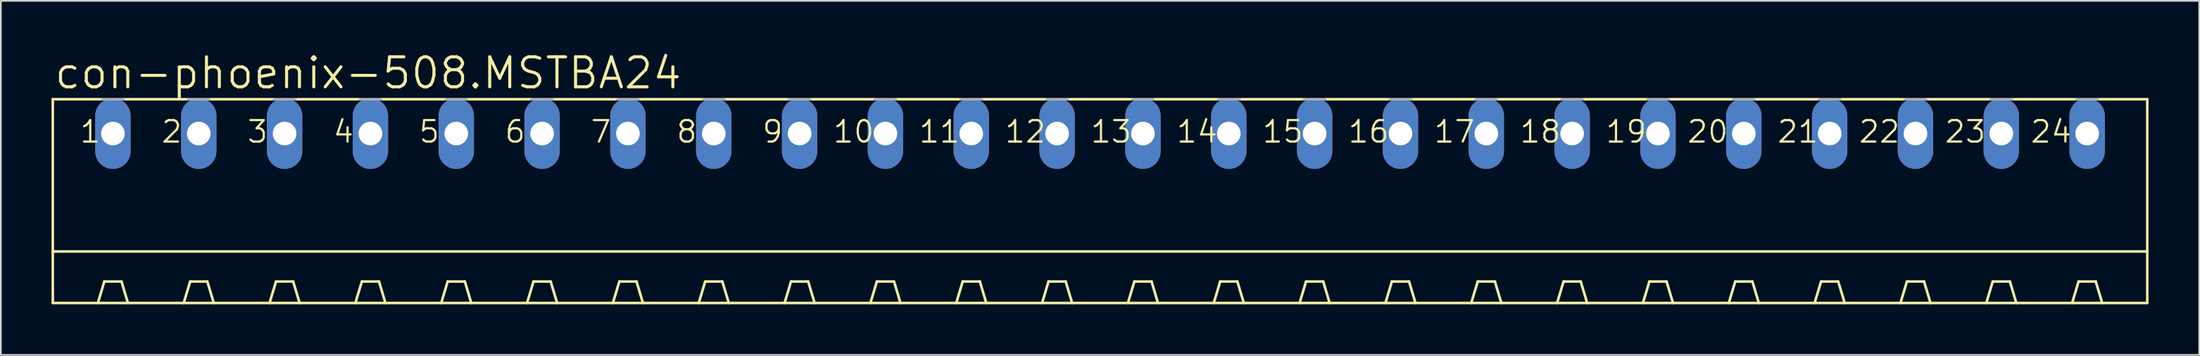
<source format=kicad_pcb>
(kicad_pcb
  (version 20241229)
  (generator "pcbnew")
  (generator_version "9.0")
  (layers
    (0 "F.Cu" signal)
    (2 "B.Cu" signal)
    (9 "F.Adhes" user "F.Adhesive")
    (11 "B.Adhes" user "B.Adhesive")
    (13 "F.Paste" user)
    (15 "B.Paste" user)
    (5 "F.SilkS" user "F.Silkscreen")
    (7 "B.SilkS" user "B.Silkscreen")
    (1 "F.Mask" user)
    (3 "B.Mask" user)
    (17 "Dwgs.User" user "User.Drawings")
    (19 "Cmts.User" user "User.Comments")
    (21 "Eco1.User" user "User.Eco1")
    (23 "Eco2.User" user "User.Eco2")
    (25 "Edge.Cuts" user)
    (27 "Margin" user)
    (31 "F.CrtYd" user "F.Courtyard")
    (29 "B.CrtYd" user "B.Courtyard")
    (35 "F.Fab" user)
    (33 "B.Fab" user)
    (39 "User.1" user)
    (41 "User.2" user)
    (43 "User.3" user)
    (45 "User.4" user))
  (footprint "con-phoenix-508.MSTBA24"
    (layer "F.Cu")
    (at 62.052 9.938)
    (property "Reference" "con-phoenix-508.MSTBA24" (at -61.976 -7.62 0) (layer "F.SilkS") (effects (font (size 1.778 1.778) (thickness 0.18)) (justify left bottom)))
    (attr through_hole)
    (fp_line (start -61.976 -7.112) (end -61.976 1.905) (stroke (width 0.152) (type default)) (layer "F.SilkS"))
    (fp_line (start -61.976 -7.112) (end -59.055 -7.112) (stroke (width 0.152) (type default)) (layer "F.SilkS"))
    (fp_line (start -61.976 1.905) (end -61.976 4.953) (stroke (width 0.152) (type default)) (layer "F.SilkS"))
    (fp_line (start -61.976 1.905) (end 61.976 1.905) (stroke (width 0.152) (type default)) (layer "F.SilkS"))
    (fp_line (start -61.976 4.953) (end -59.309 4.953) (stroke (width 0.152) (type default)) (layer "F.SilkS"))
    (fp_line (start -59.309 4.953) (end -58.928 3.683) (stroke (width 0.152) (type default)) (layer "F.SilkS"))
    (fp_line (start -59.309 4.953) (end -57.531 4.953) (stroke (width 0.152) (type default)) (layer "F.SilkS"))
    (fp_line (start -57.912 3.683) (end -58.928 3.683) (stroke (width 0.152) (type default)) (layer "F.SilkS"))
    (fp_line (start -57.785 -7.112) (end -53.975 -7.112) (stroke (width 0.152) (type default)) (layer "F.SilkS"))
    (fp_line (start -57.531 4.953) (end -57.912 3.683) (stroke (width 0.152) (type default)) (layer "F.SilkS"))
    (fp_line (start -57.531 4.953) (end -54.229 4.953) (stroke (width 0.152) (type default)) (layer "F.SilkS"))
    (fp_line (start -54.229 4.953) (end -53.848 3.683) (stroke (width 0.152) (type default)) (layer "F.SilkS"))
    (fp_line (start -54.229 4.953) (end -52.451 4.953) (stroke (width 0.152) (type default)) (layer "F.SilkS"))
    (fp_line (start -53.848 3.683) (end -52.832 3.683) (stroke (width 0.152) (type default)) (layer "F.SilkS"))
    (fp_line (start -52.705 -7.112) (end -48.895 -7.112) (stroke (width 0.152) (type default)) (layer "F.SilkS"))
    (fp_line (start -52.451 4.953) (end -52.832 3.683) (stroke (width 0.152) (type default)) (layer "F.SilkS"))
    (fp_line (start -52.451 4.953) (end -49.149 4.953) (stroke (width 0.152) (type default)) (layer "F.SilkS"))
    (fp_line (start -49.149 4.953) (end -48.768 3.683) (stroke (width 0.152) (type default)) (layer "F.SilkS"))
    (fp_line (start -49.149 4.953) (end -47.371 4.953) (stroke (width 0.152) (type default)) (layer "F.SilkS"))
    (fp_line (start -48.768 3.683) (end -47.752 3.683) (stroke (width 0.152) (type default)) (layer "F.SilkS"))
    (fp_line (start -47.625 -7.112) (end -43.815 -7.112) (stroke (width 0.152) (type default)) (layer "F.SilkS"))
    (fp_line (start -47.371 4.953) (end -47.752 3.683) (stroke (width 0.152) (type default)) (layer "F.SilkS"))
    (fp_line (start -47.371 4.953) (end -44.069 4.953) (stroke (width 0.152) (type default)) (layer "F.SilkS"))
    (fp_line (start -44.069 4.953) (end -43.688 3.683) (stroke (width 0.152) (type default)) (layer "F.SilkS"))
    (fp_line (start -44.069 4.953) (end -42.291 4.953) (stroke (width 0.152) (type default)) (layer "F.SilkS"))
    (fp_line (start -43.688 3.683) (end -42.672 3.683) (stroke (width 0.152) (type default)) (layer "F.SilkS"))
    (fp_line (start -42.545 -7.112) (end -38.735 -7.112) (stroke (width 0.152) (type default)) (layer "F.SilkS"))
    (fp_line (start -42.291 4.953) (end -42.672 3.683) (stroke (width 0.152) (type default)) (layer "F.SilkS"))
    (fp_line (start -42.291 4.953) (end -38.989 4.953) (stroke (width 0.152) (type default)) (layer "F.SilkS"))
    (fp_line (start -38.989 4.953) (end -38.608 3.683) (stroke (width 0.152) (type default)) (layer "F.SilkS"))
    (fp_line (start -38.989 4.953) (end -37.211 4.953) (stroke (width 0.152) (type default)) (layer "F.SilkS"))
    (fp_line (start -38.608 3.683) (end -37.592 3.683) (stroke (width 0.152) (type default)) (layer "F.SilkS"))
    (fp_line (start -37.465 -7.112) (end -33.655 -7.112) (stroke (width 0.152) (type default)) (layer "F.SilkS"))
    (fp_line (start -37.211 4.953) (end -37.592 3.683) (stroke (width 0.152) (type default)) (layer "F.SilkS"))
    (fp_line (start -37.211 4.953) (end -33.909 4.953) (stroke (width 0.152) (type default)) (layer "F.SilkS"))
    (fp_line (start -33.909 4.953) (end -33.528 3.683) (stroke (width 0.152) (type default)) (layer "F.SilkS"))
    (fp_line (start -33.909 4.953) (end -32.131 4.953) (stroke (width 0.152) (type default)) (layer "F.SilkS"))
    (fp_line (start -33.528 3.683) (end -32.512 3.683) (stroke (width 0.152) (type default)) (layer "F.SilkS"))
    (fp_line (start -32.385 -7.112) (end -28.575 -7.112) (stroke (width 0.152) (type default)) (layer "F.SilkS"))
    (fp_line (start -32.131 4.953) (end -32.512 3.683) (stroke (width 0.152) (type default)) (layer "F.SilkS"))
    (fp_line (start -32.131 4.953) (end -28.829 4.953) (stroke (width 0.152) (type default)) (layer "F.SilkS"))
    (fp_line (start -28.829 4.953) (end -28.448 3.683) (stroke (width 0.152) (type default)) (layer "F.SilkS"))
    (fp_line (start -28.829 4.953) (end -27.051 4.953) (stroke (width 0.152) (type default)) (layer "F.SilkS"))
    (fp_line (start -28.448 3.683) (end -27.432 3.683) (stroke (width 0.152) (type default)) (layer "F.SilkS"))
    (fp_line (start -27.305 -7.112) (end -23.495 -7.112) (stroke (width 0.152) (type default)) (layer "F.SilkS"))
    (fp_line (start -27.051 4.953) (end -27.432 3.683) (stroke (width 0.152) (type default)) (layer "F.SilkS"))
    (fp_line (start -27.051 4.953) (end -23.749 4.953) (stroke (width 0.152) (type default)) (layer "F.SilkS"))
    (fp_line (start -23.749 4.953) (end -23.368 3.683) (stroke (width 0.152) (type default)) (layer "F.SilkS"))
    (fp_line (start -23.749 4.953) (end -21.971 4.953) (stroke (width 0.152) (type default)) (layer "F.SilkS"))
    (fp_line (start -23.368 3.683) (end -22.352 3.683) (stroke (width 0.152) (type default)) (layer "F.SilkS"))
    (fp_line (start -22.225 -7.112) (end -18.415 -7.112) (stroke (width 0.152) (type default)) (layer "F.SilkS"))
    (fp_line (start -21.971 4.953) (end -22.352 3.683) (stroke (width 0.152) (type default)) (layer "F.SilkS"))
    (fp_line (start -21.971 4.953) (end -18.669 4.953) (stroke (width 0.152) (type default)) (layer "F.SilkS"))
    (fp_line (start -18.669 4.953) (end -18.288 3.683) (stroke (width 0.152) (type default)) (layer "F.SilkS"))
    (fp_line (start -18.669 4.953) (end -16.891 4.953) (stroke (width 0.152) (type default)) (layer "F.SilkS"))
    (fp_line (start -18.288 3.683) (end -17.272 3.683) (stroke (width 0.152) (type default)) (layer "F.SilkS"))
    (fp_line (start -17.145 -7.112) (end -13.335 -7.112) (stroke (width 0.152) (type default)) (layer "F.SilkS"))
    (fp_line (start -16.891 4.953) (end -17.272 3.683) (stroke (width 0.152) (type default)) (layer "F.SilkS"))
    (fp_line (start -16.891 4.953) (end -13.589 4.953) (stroke (width 0.152) (type default)) (layer "F.SilkS"))
    (fp_line (start -13.589 4.953) (end -13.208 3.683) (stroke (width 0.152) (type default)) (layer "F.SilkS"))
    (fp_line (start -13.589 4.953) (end -11.811 4.953) (stroke (width 0.152) (type default)) (layer "F.SilkS"))
    (fp_line (start -13.208 3.683) (end -12.192 3.683) (stroke (width 0.152) (type default)) (layer "F.SilkS"))
    (fp_line (start -12.065 -7.112) (end -8.255 -7.112) (stroke (width 0.152) (type default)) (layer "F.SilkS"))
    (fp_line (start -11.811 4.953) (end -12.192 3.683) (stroke (width 0.152) (type default)) (layer "F.SilkS"))
    (fp_line (start -11.811 4.953) (end -8.509 4.953) (stroke (width 0.152) (type default)) (layer "F.SilkS"))
    (fp_line (start -8.509 4.953) (end -8.128 3.683) (stroke (width 0.152) (type default)) (layer "F.SilkS"))
    (fp_line (start -8.509 4.953) (end -6.731 4.953) (stroke (width 0.152) (type default)) (layer "F.SilkS"))
    (fp_line (start -8.128 3.683) (end -7.112 3.683) (stroke (width 0.152) (type default)) (layer "F.SilkS"))
    (fp_line (start -6.985 -7.112) (end -3.175 -7.112) (stroke (width 0.152) (type default)) (layer "F.SilkS"))
    (fp_line (start -6.731 4.953) (end -7.112 3.683) (stroke (width 0.152) (type default)) (layer "F.SilkS"))
    (fp_line (start -6.731 4.953) (end -3.429 4.953) (stroke (width 0.152) (type default)) (layer "F.SilkS"))
    (fp_line (start -3.429 4.953) (end -3.048 3.683) (stroke (width 0.152) (type default)) (layer "F.SilkS"))
    (fp_line (start -3.429 4.953) (end -1.651 4.953) (stroke (width 0.152) (type default)) (layer "F.SilkS"))
    (fp_line (start -3.048 3.683) (end -2.032 3.683) (stroke (width 0.152) (type default)) (layer "F.SilkS"))
    (fp_line (start -1.905 -7.112) (end 1.905 -7.112) (stroke (width 0.152) (type default)) (layer "F.SilkS"))
    (fp_line (start -1.651 4.953) (end -2.032 3.683) (stroke (width 0.152) (type default)) (layer "F.SilkS"))
    (fp_line (start -1.651 4.953) (end 1.651 4.953) (stroke (width 0.152) (type default)) (layer "F.SilkS"))
    (fp_line (start 1.651 4.953) (end 2.032 3.683) (stroke (width 0.152) (type default)) (layer "F.SilkS"))
    (fp_line (start 1.651 4.953) (end 3.429 4.953) (stroke (width 0.152) (type default)) (layer "F.SilkS"))
    (fp_line (start 3.048 3.683) (end 2.032 3.683) (stroke (width 0.152) (type default)) (layer "F.SilkS"))
    (fp_line (start 3.175 -7.112) (end 6.985 -7.112) (stroke (width 0.152) (type default)) (layer "F.SilkS"))
    (fp_line (start 3.429 4.953) (end 3.048 3.683) (stroke (width 0.152) (type default)) (layer "F.SilkS"))
    (fp_line (start 3.429 4.953) (end 6.731 4.953) (stroke (width 0.152) (type default)) (layer "F.SilkS"))
    (fp_line (start 6.731 4.953) (end 7.112 3.683) (stroke (width 0.152) (type default)) (layer "F.SilkS"))
    (fp_line (start 6.731 4.953) (end 8.509 4.953) (stroke (width 0.152) (type default)) (layer "F.SilkS"))
    (fp_line (start 7.112 3.683) (end 8.128 3.683) (stroke (width 0.152) (type default)) (layer "F.SilkS"))
    (fp_line (start 8.255 -7.112) (end 12.065 -7.112) (stroke (width 0.152) (type default)) (layer "F.SilkS"))
    (fp_line (start 8.509 4.953) (end 8.128 3.683) (stroke (width 0.152) (type default)) (layer "F.SilkS"))
    (fp_line (start 8.509 4.953) (end 11.811 4.953) (stroke (width 0.152) (type default)) (layer "F.SilkS"))
    (fp_line (start 11.811 4.953) (end 12.192 3.683) (stroke (width 0.152) (type default)) (layer "F.SilkS"))
    (fp_line (start 11.811 4.953) (end 13.589 4.953) (stroke (width 0.152) (type default)) (layer "F.SilkS"))
    (fp_line (start 12.192 3.683) (end 13.208 3.683) (stroke (width 0.152) (type default)) (layer "F.SilkS"))
    (fp_line (start 13.335 -7.112) (end 17.145 -7.112) (stroke (width 0.152) (type default)) (layer "F.SilkS"))
    (fp_line (start 13.589 4.953) (end 13.208 3.683) (stroke (width 0.152) (type default)) (layer "F.SilkS"))
    (fp_line (start 13.589 4.953) (end 16.891 4.953) (stroke (width 0.152) (type default)) (layer "F.SilkS"))
    (fp_line (start 16.891 4.953) (end 17.272 3.683) (stroke (width 0.152) (type default)) (layer "F.SilkS"))
    (fp_line (start 16.891 4.953) (end 18.669 4.953) (stroke (width 0.152) (type default)) (layer "F.SilkS"))
    (fp_line (start 17.272 3.683) (end 18.288 3.683) (stroke (width 0.152) (type default)) (layer "F.SilkS"))
    (fp_line (start 18.415 -7.112) (end 22.225 -7.112) (stroke (width 0.152) (type default)) (layer "F.SilkS"))
    (fp_line (start 18.669 4.953) (end 18.288 3.683) (stroke (width 0.152) (type default)) (layer "F.SilkS"))
    (fp_line (start 18.669 4.953) (end 21.971 4.953) (stroke (width 0.152) (type default)) (layer "F.SilkS"))
    (fp_line (start 21.971 4.953) (end 22.352 3.683) (stroke (width 0.152) (type default)) (layer "F.SilkS"))
    (fp_line (start 21.971 4.953) (end 23.749 4.953) (stroke (width 0.152) (type default)) (layer "F.SilkS"))
    (fp_line (start 22.352 3.683) (end 23.368 3.683) (stroke (width 0.152) (type default)) (layer "F.SilkS"))
    (fp_line (start 23.495 -7.112) (end 27.305 -7.112) (stroke (width 0.152) (type default)) (layer "F.SilkS"))
    (fp_line (start 23.749 4.953) (end 23.368 3.683) (stroke (width 0.152) (type default)) (layer "F.SilkS"))
    (fp_line (start 23.749 4.953) (end 27.051 4.953) (stroke (width 0.152) (type default)) (layer "F.SilkS"))
    (fp_line (start 27.051 4.953) (end 27.432 3.683) (stroke (width 0.152) (type default)) (layer "F.SilkS"))
    (fp_line (start 27.051 4.953) (end 28.829 4.953) (stroke (width 0.152) (type default)) (layer "F.SilkS"))
    (fp_line (start 27.432 3.683) (end 28.448 3.683) (stroke (width 0.152) (type default)) (layer "F.SilkS"))
    (fp_line (start 28.575 -7.112) (end 32.385 -7.112) (stroke (width 0.152) (type default)) (layer "F.SilkS"))
    (fp_line (start 28.829 4.953) (end 28.448 3.683) (stroke (width 0.152) (type default)) (layer "F.SilkS"))
    (fp_line (start 28.829 4.953) (end 32.131 4.953) (stroke (width 0.152) (type default)) (layer "F.SilkS"))
    (fp_line (start 32.131 4.953) (end 32.512 3.683) (stroke (width 0.152) (type default)) (layer "F.SilkS"))
    (fp_line (start 32.131 4.953) (end 33.909 4.953) (stroke (width 0.152) (type default)) (layer "F.SilkS"))
    (fp_line (start 32.512 3.683) (end 33.528 3.683) (stroke (width 0.152) (type default)) (layer "F.SilkS"))
    (fp_line (start 33.655 -7.112) (end 37.465 -7.112) (stroke (width 0.152) (type default)) (layer "F.SilkS"))
    (fp_line (start 33.909 4.953) (end 33.528 3.683) (stroke (width 0.152) (type default)) (layer "F.SilkS"))
    (fp_line (start 33.909 4.953) (end 37.211 4.953) (stroke (width 0.152) (type default)) (layer "F.SilkS"))
    (fp_line (start 37.211 4.953) (end 37.592 3.683) (stroke (width 0.152) (type default)) (layer "F.SilkS"))
    (fp_line (start 37.211 4.953) (end 38.989 4.953) (stroke (width 0.152) (type default)) (layer "F.SilkS"))
    (fp_line (start 37.592 3.683) (end 38.608 3.683) (stroke (width 0.152) (type default)) (layer "F.SilkS"))
    (fp_line (start 38.735 -7.112) (end 42.545 -7.112) (stroke (width 0.152) (type default)) (layer "F.SilkS"))
    (fp_line (start 38.989 4.953) (end 38.608 3.683) (stroke (width 0.152) (type default)) (layer "F.SilkS"))
    (fp_line (start 38.989 4.953) (end 42.291 4.953) (stroke (width 0.152) (type default)) (layer "F.SilkS"))
    (fp_line (start 42.291 4.953) (end 42.672 3.683) (stroke (width 0.152) (type default)) (layer "F.SilkS"))
    (fp_line (start 42.291 4.953) (end 44.069 4.953) (stroke (width 0.152) (type default)) (layer "F.SilkS"))
    (fp_line (start 42.672 3.683) (end 43.688 3.683) (stroke (width 0.152) (type default)) (layer "F.SilkS"))
    (fp_line (start 43.815 -7.112) (end 47.625 -7.112) (stroke (width 0.152) (type default)) (layer "F.SilkS"))
    (fp_line (start 44.069 4.953) (end 43.688 3.683) (stroke (width 0.152) (type default)) (layer "F.SilkS"))
    (fp_line (start 44.069 4.953) (end 47.371 4.953) (stroke (width 0.152) (type default)) (layer "F.SilkS"))
    (fp_line (start 47.371 4.953) (end 47.752 3.683) (stroke (width 0.152) (type default)) (layer "F.SilkS"))
    (fp_line (start 47.371 4.953) (end 49.149 4.953) (stroke (width 0.152) (type default)) (layer "F.SilkS"))
    (fp_line (start 47.752 3.683) (end 48.768 3.683) (stroke (width 0.152) (type default)) (layer "F.SilkS"))
    (fp_line (start 48.895 -7.112) (end 52.705 -7.112) (stroke (width 0.152) (type default)) (layer "F.SilkS"))
    (fp_line (start 49.149 4.953) (end 48.768 3.683) (stroke (width 0.152) (type default)) (layer "F.SilkS"))
    (fp_line (start 49.149 4.953) (end 52.451 4.953) (stroke (width 0.152) (type default)) (layer "F.SilkS"))
    (fp_line (start 52.451 4.953) (end 52.832 3.683) (stroke (width 0.152) (type default)) (layer "F.SilkS"))
    (fp_line (start 52.451 4.953) (end 54.229 4.953) (stroke (width 0.152) (type default)) (layer "F.SilkS"))
    (fp_line (start 52.832 3.683) (end 53.848 3.683) (stroke (width 0.152) (type default)) (layer "F.SilkS"))
    (fp_line (start 53.975 -7.112) (end 57.785 -7.112) (stroke (width 0.152) (type default)) (layer "F.SilkS"))
    (fp_line (start 54.229 4.953) (end 53.848 3.683) (stroke (width 0.152) (type default)) (layer "F.SilkS"))
    (fp_line (start 54.229 4.953) (end 57.531 4.953) (stroke (width 0.152) (type default)) (layer "F.SilkS"))
    (fp_line (start 57.531 4.953) (end 57.912 3.683) (stroke (width 0.152) (type default)) (layer "F.SilkS"))
    (fp_line (start 57.531 4.953) (end 59.309 4.953) (stroke (width 0.152) (type default)) (layer "F.SilkS"))
    (fp_line (start 57.912 3.683) (end 58.928 3.683) (stroke (width 0.152) (type default)) (layer "F.SilkS"))
    (fp_line (start 59.055 -7.112) (end 61.976 -7.112) (stroke (width 0.152) (type default)) (layer "F.SilkS"))
    (fp_line (start 59.309 4.953) (end 58.928 3.683) (stroke (width 0.152) (type default)) (layer "F.SilkS"))
    (fp_line (start 59.309 4.953) (end 61.976 4.953) (stroke (width 0.152) (type default)) (layer "F.SilkS"))
    (fp_line (start 61.976 -7.112) (end 61.976 1.905) (stroke (width 0.152) (type default)) (layer "F.SilkS"))
    (fp_line (start 61.976 1.905) (end 61.976 4.953) (stroke (width 0.152) (type default)) (layer "F.SilkS"))
    (fp_line (start -59.055 -7.112) (end -57.785 -7.112) (stroke (width 0.152) (type default)) (layer "F.Fab"))
    (fp_line (start -53.975 -7.112) (end -52.705 -7.112) (stroke (width 0.152) (type default)) (layer "F.Fab"))
    (fp_line (start -48.895 -7.112) (end -47.625 -7.112) (stroke (width 0.152) (type default)) (layer "F.Fab"))
    (fp_line (start -43.815 -7.112) (end -42.545 -7.112) (stroke (width 0.152) (type default)) (layer "F.Fab"))
    (fp_line (start -38.735 -7.112) (end -37.465 -7.112) (stroke (width 0.152) (type default)) (layer "F.Fab"))
    (fp_line (start -33.655 -7.112) (end -32.385 -7.112) (stroke (width 0.152) (type default)) (layer "F.Fab"))
    (fp_line (start -28.575 -7.112) (end -27.305 -7.112) (stroke (width 0.152) (type default)) (layer "F.Fab"))
    (fp_line (start -23.495 -7.112) (end -22.225 -7.112) (stroke (width 0.152) (type default)) (layer "F.Fab"))
    (fp_line (start -18.415 -7.112) (end -17.145 -7.112) (stroke (width 0.152) (type default)) (layer "F.Fab"))
    (fp_line (start -13.335 -7.112) (end -12.065 -7.112) (stroke (width 0.152) (type default)) (layer "F.Fab"))
    (fp_line (start -8.255 -7.112) (end -6.985 -7.112) (stroke (width 0.152) (type default)) (layer "F.Fab"))
    (fp_line (start -3.175 -7.112) (end -1.905 -7.112) (stroke (width 0.152) (type default)) (layer "F.Fab"))
    (fp_line (start 1.905 -7.112) (end 3.175 -7.112) (stroke (width 0.152) (type default)) (layer "F.Fab"))
    (fp_line (start 6.985 -7.112) (end 8.255 -7.112) (stroke (width 0.152) (type default)) (layer "F.Fab"))
    (fp_line (start 12.065 -7.112) (end 13.335 -7.112) (stroke (width 0.152) (type default)) (layer "F.Fab"))
    (fp_line (start 17.145 -7.112) (end 18.415 -7.112) (stroke (width 0.152) (type default)) (layer "F.Fab"))
    (fp_line (start 22.225 -7.112) (end 23.495 -7.112) (stroke (width 0.152) (type default)) (layer "F.Fab"))
    (fp_line (start 27.305 -7.112) (end 28.575 -7.112) (stroke (width 0.152) (type default)) (layer "F.Fab"))
    (fp_line (start 32.385 -7.112) (end 33.655 -7.112) (stroke (width 0.152) (type default)) (layer "F.Fab"))
    (fp_line (start 37.465 -7.112) (end 38.735 -7.112) (stroke (width 0.152) (type default)) (layer "F.Fab"))
    (fp_line (start 42.545 -7.112) (end 43.815 -7.112) (stroke (width 0.152) (type default)) (layer "F.Fab"))
    (fp_line (start 47.625 -7.112) (end 48.895 -7.112) (stroke (width 0.152) (type default)) (layer "F.Fab"))
    (fp_line (start 52.705 -7.112) (end 53.975 -7.112) (stroke (width 0.152) (type default)) (layer "F.Fab"))
    (fp_line (start 57.785 -7.112) (end 59.055 -7.112) (stroke (width 0.152) (type default)) (layer "F.Fab"))
    (fp_text user "5" (at -40.386 -4.445 0) (layer "F.SilkS") (effects (font (size 1.27 1.27) (thickness 0.13)) (justify left bottom)))
    (fp_text user "7" (at -30.226 -4.445 0) (layer "F.SilkS") (effects (font (size 1.27 1.27) (thickness 0.13)) (justify left bottom)))
    (fp_text user "12" (at -5.715 -4.445 0) (layer "F.SilkS") (effects (font (size 1.27 1.27) (thickness 0.13)) (justify left bottom)))
    (fp_text user "6" (at -35.306 -4.445 0) (layer "F.SilkS") (effects (font (size 1.27 1.27) (thickness 0.13)) (justify left bottom)))
    (fp_text user "17" (at 19.685 -4.445 0) (layer "F.SilkS") (effects (font (size 1.27 1.27) (thickness 0.13)) (justify left bottom)))
    (fp_text user "20" (at 34.671 -4.445 0) (layer "F.SilkS") (effects (font (size 1.27 1.27) (thickness 0.13)) (justify left bottom)))
    (fp_text user "19" (at 29.845 -4.445 0) (layer "F.SilkS") (effects (font (size 1.27 1.27) (thickness 0.13)) (justify left bottom)))
    (fp_text user "3" (at -50.546 -4.445 0) (layer "F.SilkS") (effects (font (size 1.27 1.27) (thickness 0.13)) (justify left bottom)))
    (fp_text user "15" (at 9.525 -4.445 0) (layer "F.SilkS") (effects (font (size 1.27 1.27) (thickness 0.13)) (justify left bottom)))
    (fp_text user "14" (at 4.445 -4.445 0) (layer "F.SilkS") (effects (font (size 1.27 1.27) (thickness 0.13)) (justify left bottom)))
    (fp_text user "21" (at 40.005 -4.445 0) (layer "F.SilkS") (effects (font (size 1.27 1.27) (thickness 0.13)) (justify left bottom)))
    (fp_text user "11" (at -10.795 -4.445 0) (layer "F.SilkS") (effects (font (size 1.27 1.27) (thickness 0.13)) (justify left bottom)))
    (fp_text user "10" (at -15.875 -4.445 0) (layer "F.SilkS") (effects (font (size 1.27 1.27) (thickness 0.13)) (justify left bottom)))
    (fp_text user "2" (at -55.626 -4.445 0) (layer "F.SilkS") (effects (font (size 1.27 1.27) (thickness 0.13)) (justify left bottom)))
    (fp_text user "16" (at 14.605 -4.445 0) (layer "F.SilkS") (effects (font (size 1.27 1.27) (thickness 0.13)) (justify left bottom)))
    (fp_text user "8" (at -25.146 -4.445 0) (layer "F.SilkS") (effects (font (size 1.27 1.27) (thickness 0.13)) (justify left bottom)))
    (fp_text user "18" (at 24.765 -4.445 0) (layer "F.SilkS") (effects (font (size 1.27 1.27) (thickness 0.13)) (justify left bottom)))
    (fp_text user "1" (at -60.452 -4.445 0) (layer "F.SilkS") (effects (font (size 1.27 1.27) (thickness 0.13)) (justify left bottom)))
    (fp_text user "23" (at 49.911 -4.445 0) (layer "F.SilkS") (effects (font (size 1.27 1.27) (thickness 0.13)) (justify left bottom)))
    (fp_text user "22" (at 44.831 -4.445 0) (layer "F.SilkS") (effects (font (size 1.27 1.27) (thickness 0.13)) (justify left bottom)))
    (fp_text user "4" (at -45.466 -4.445 0) (layer "F.SilkS") (effects (font (size 1.27 1.27) (thickness 0.13)) (justify left bottom)))
    (fp_text user "24" (at 54.991 -4.445 0) (layer "F.SilkS") (effects (font (size 1.27 1.27) (thickness 0.13)) (justify left bottom)))
    (fp_text user "9" (at -20.066 -4.445 0) (layer "F.SilkS") (effects (font (size 1.27 1.27) (thickness 0.13)) (justify left bottom)))
    (fp_text user "13" (at -0.635 -4.445 0) (layer "F.SilkS") (effects (font (size 1.27 1.27) (thickness 0.13)) (justify left bottom)))
    (pad "1" thru_hole oval (at -58.42 -5.08 90) (size 4.191 2.095) (drill 1.397) (layers "*.Cu" "*.Mask"))
    (pad "2" thru_hole oval (at -53.34 -5.08 90) (size 4.191 2.095) (drill 1.397) (layers "*.Cu" "*.Mask"))
    (pad "3" thru_hole oval (at -48.26 -5.08 90) (size 4.191 2.095) (drill 1.397) (layers "*.Cu" "*.Mask"))
    (pad "4" thru_hole oval (at -43.18 -5.08 90) (size 4.191 2.095) (drill 1.397) (layers "*.Cu" "*.Mask"))
    (pad "5" thru_hole oval (at -38.1 -5.08 90) (size 4.191 2.095) (drill 1.397) (layers "*.Cu" "*.Mask"))
    (pad "6" thru_hole oval (at -33.02 -5.08 90) (size 4.191 2.095) (drill 1.397) (layers "*.Cu" "*.Mask"))
    (pad "7" thru_hole oval (at -27.94 -5.08 90) (size 4.191 2.095) (drill 1.397) (layers "*.Cu" "*.Mask"))
    (pad "8" thru_hole oval (at -22.86 -5.08 90) (size 4.191 2.095) (drill 1.397) (layers "*.Cu" "*.Mask"))
    (pad "9" thru_hole oval (at -17.78 -5.08 90) (size 4.191 2.095) (drill 1.397) (layers "*.Cu" "*.Mask"))
    (pad "10" thru_hole oval (at -12.7 -5.08 90) (size 4.191 2.095) (drill 1.397) (layers "*.Cu" "*.Mask"))
    (pad "11" thru_hole oval (at -7.62 -5.08 90) (size 4.191 2.095) (drill 1.397) (layers "*.Cu" "*.Mask"))
    (pad "12" thru_hole oval (at -2.54 -5.08 90) (size 4.191 2.095) (drill 1.397) (layers "*.Cu" "*.Mask"))
    (pad "13" thru_hole oval (at 2.54 -5.08 90) (size 4.191 2.095) (drill 1.397) (layers "*.Cu" "*.Mask"))
    (pad "14" thru_hole oval (at 7.62 -5.08 90) (size 4.191 2.095) (drill 1.397) (layers "*.Cu" "*.Mask"))
    (pad "15" thru_hole oval (at 12.7 -5.08 90) (size 4.191 2.095) (drill 1.397) (layers "*.Cu" "*.Mask"))
    (pad "16" thru_hole oval (at 17.78 -5.08 90) (size 4.191 2.095) (drill 1.397) (layers "*.Cu" "*.Mask"))
    (pad "17" thru_hole oval (at 22.86 -5.08 90) (size 4.191 2.095) (drill 1.397) (layers "*.Cu" "*.Mask"))
    (pad "18" thru_hole oval (at 27.94 -5.08 90) (size 4.191 2.095) (drill 1.397) (layers "*.Cu" "*.Mask"))
    (pad "19" thru_hole oval (at 33.02 -5.08 90) (size 4.191 2.095) (drill 1.397) (layers "*.Cu" "*.Mask"))
    (pad "20" thru_hole oval (at 38.1 -5.08 90) (size 4.191 2.095) (drill 1.397) (layers "*.Cu" "*.Mask"))
    (pad "21" thru_hole oval (at 43.18 -5.08 90) (size 4.191 2.095) (drill 1.397) (layers "*.Cu" "*.Mask"))
    (pad "22" thru_hole oval (at 48.26 -5.08 90) (size 4.191 2.095) (drill 1.397) (layers "*.Cu" "*.Mask"))
    (pad "23" thru_hole oval (at 53.34 -5.08 90) (size 4.191 2.095) (drill 1.397) (layers "*.Cu" "*.Mask"))
    (pad "24" thru_hole oval (at 58.42 -5.08 90) (size 4.191 2.095) (drill 1.397) (layers "*.Cu" "*.Mask")))
  (gr_rect
    (start -3 -3)
    (end 127.104 17.967)
    (stroke (width 0.1) (type default))
    (fill no)
    (layer "Edge.Cuts")))
</source>
